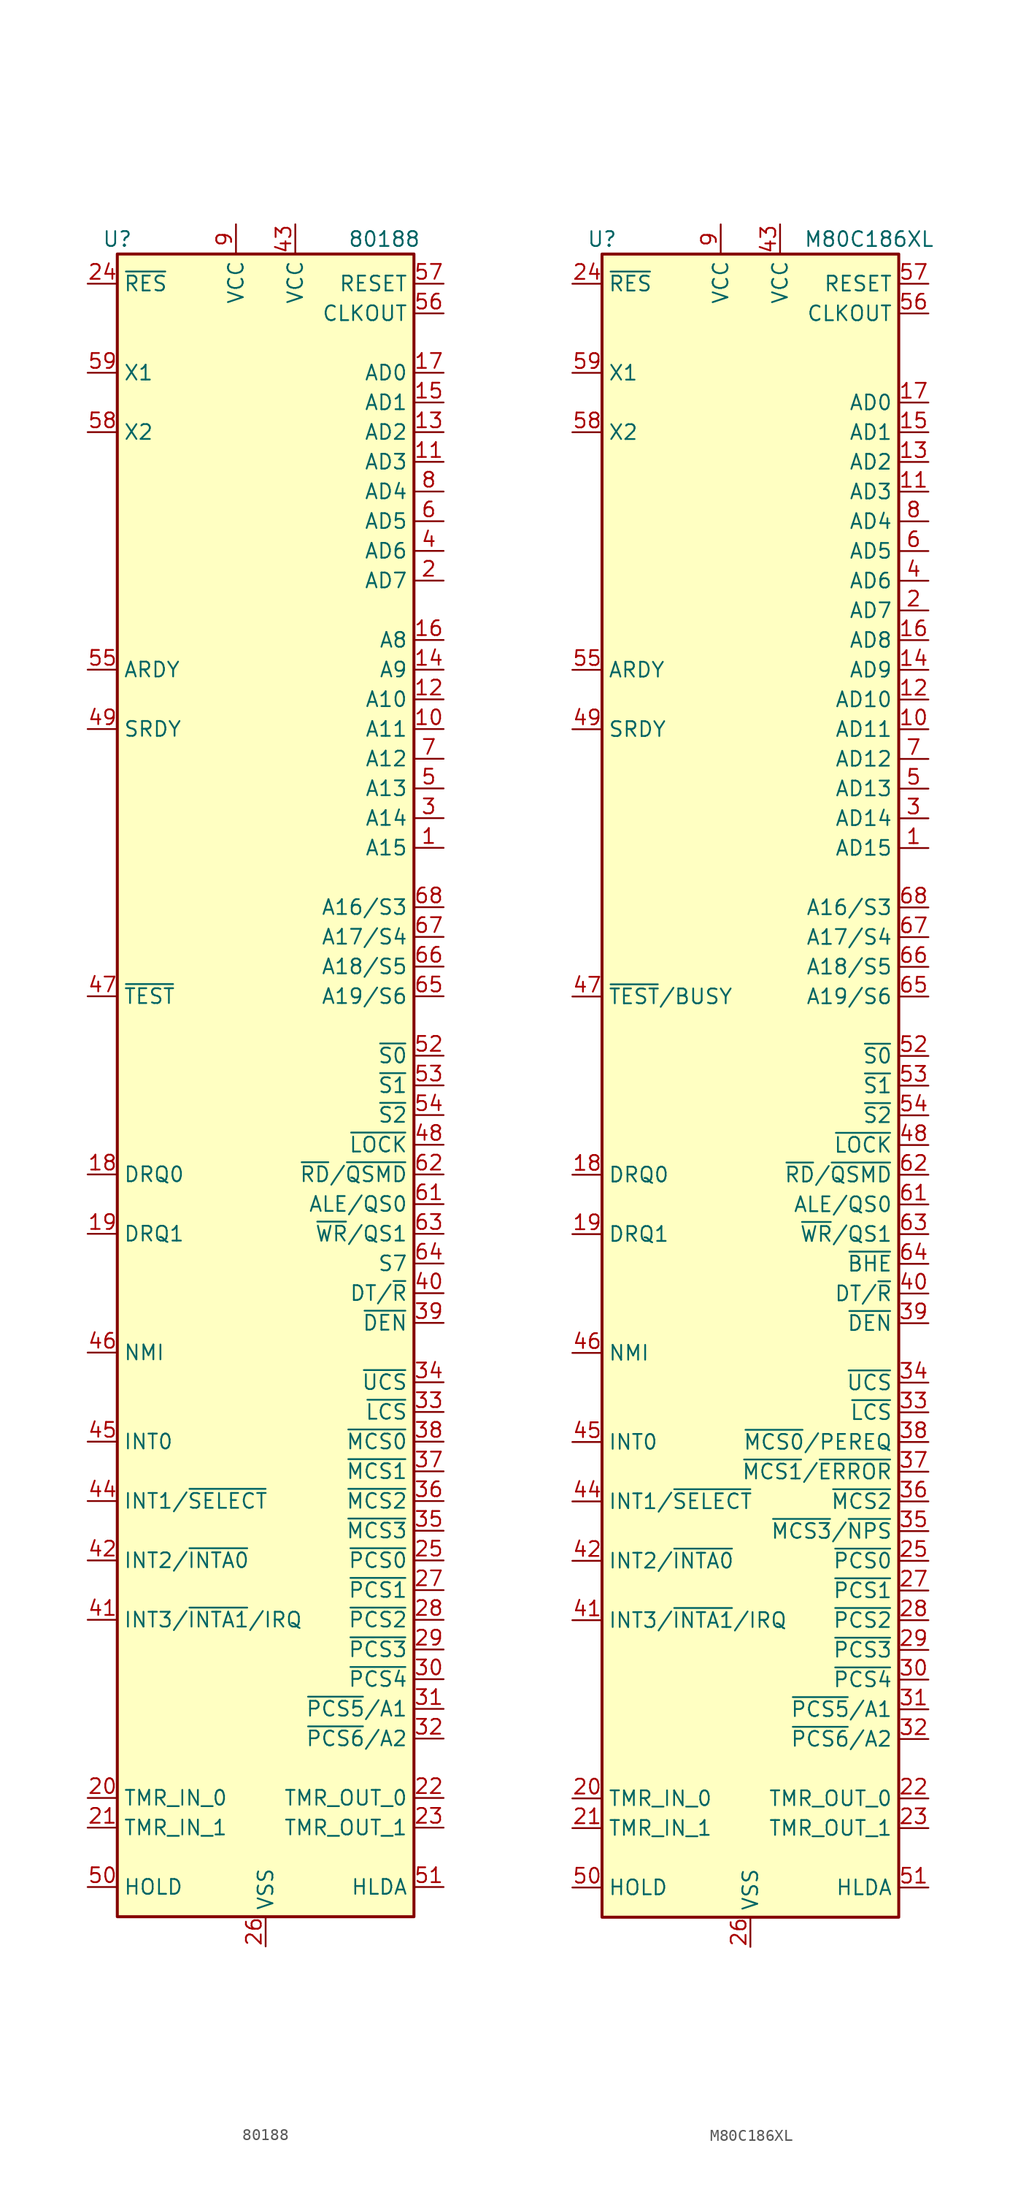
<source format=kicad_sym>
(kicad_symbol_lib
  (version 20201005)
  (generator kicad_symbol_editor)
  (symbol "MCU_Intel:80188"
    (property "Reference" "U"
      (at -12.7 72.39 0)
      (effects (font (size 1.27 1.27))))
    (property "Value" "80188"
      (at 10.16 72.39 0)
      (effects (font (size 1.27 1.27))))
    (symbol "80188_0_1"
      (rectangle (start 12.7 -71.12) (end -12.7 71.12) (stroke (width 0.254)) (fill (type background))))
    (symbol "80188_1_1"
      (pin output line (at 15.24 20.32 180) (length 2.54) (name "A15" (effects (font (size 1.27 1.27)))) (number "1" (effects (font (size 1.27 1.27)))))
      (pin output line (at 15.24 30.48 180) (length 2.54) (name "A11" (effects (font (size 1.27 1.27)))) (number "10" (effects (font (size 1.27 1.27)))))
      (pin bidirectional line (at 15.24 53.34 180) (length 2.54) (name "AD3" (effects (font (size 1.27 1.27)))) (number "11" (effects (font (size 1.27 1.27)))))
      (pin output line (at 15.24 33.02 180) (length 2.54) (name "A10" (effects (font (size 1.27 1.27)))) (number "12" (effects (font (size 1.27 1.27)))))
      (pin bidirectional line (at 15.24 55.88 180) (length 2.54) (name "AD2" (effects (font (size 1.27 1.27)))) (number "13" (effects (font (size 1.27 1.27)))))
      (pin output line (at 15.24 35.56 180) (length 2.54) (name "A9" (effects (font (size 1.27 1.27)))) (number "14" (effects (font (size 1.27 1.27)))))
      (pin bidirectional line (at 15.24 58.42 180) (length 2.54) (name "AD1" (effects (font (size 1.27 1.27)))) (number "15" (effects (font (size 1.27 1.27)))))
      (pin output line (at 15.24 38.1 180) (length 2.54) (name "A8" (effects (font (size 1.27 1.27)))) (number "16" (effects (font (size 1.27 1.27)))))
      (pin bidirectional line (at 15.24 60.96 180) (length 2.54) (name "AD0" (effects (font (size 1.27 1.27)))) (number "17" (effects (font (size 1.27 1.27)))))
      (pin input line (at -15.24 -7.62 0) (length 2.54) (name "DRQ0" (effects (font (size 1.27 1.27)))) (number "18" (effects (font (size 1.27 1.27)))))
      (pin input line (at -15.24 -12.7 0) (length 2.54) (name "DRQ1" (effects (font (size 1.27 1.27)))) (number "19" (effects (font (size 1.27 1.27)))))
      (pin bidirectional line (at 15.24 43.18 180) (length 2.54) (name "AD7" (effects (font (size 1.27 1.27)))) (number "2" (effects (font (size 1.27 1.27)))))
      (pin input line (at -15.24 -60.96 0) (length 2.54) (name "TMR_IN_0" (effects (font (size 1.27 1.27)))) (number "20" (effects (font (size 1.27 1.27)))))
      (pin input line (at -15.24 -63.5 0) (length 2.54) (name "TMR_IN_1" (effects (font (size 1.27 1.27)))) (number "21" (effects (font (size 1.27 1.27)))))
      (pin output line (at 15.24 -60.96 180) (length 2.54) (name "TMR_OUT_0" (effects (font (size 1.27 1.27)))) (number "22" (effects (font (size 1.27 1.27)))))
      (pin output line (at 15.24 -63.5 180) (length 2.54) (name "TMR_OUT_1" (effects (font (size 1.27 1.27)))) (number "23" (effects (font (size 1.27 1.27)))))
      (pin input line (at -15.24 68.58 0) (length 2.54) (name "~RES~" (effects (font (size 1.27 1.27)))) (number "24" (effects (font (size 1.27 1.27)))))
      (pin output line (at 15.24 -40.64 180) (length 2.54) (name "~PCS0~" (effects (font (size 1.27 1.27)))) (number "25" (effects (font (size 1.27 1.27)))))
      (pin power_in line (at 0 -73.66 90) (length 2.54) (name "VSS" (effects (font (size 1.27 1.27)))) (number "26" (effects (font (size 1.27 1.27)))))
      (pin output line (at 15.24 -43.18 180) (length 2.54) (name "~PCS1~" (effects (font (size 1.27 1.27)))) (number "27" (effects (font (size 1.27 1.27)))))
      (pin output line (at 15.24 -45.72 180) (length 2.54) (name "~PCS2~" (effects (font (size 1.27 1.27)))) (number "28" (effects (font (size 1.27 1.27)))))
      (pin output line (at 15.24 -48.26 180) (length 2.54) (name "~PCS3~" (effects (font (size 1.27 1.27)))) (number "29" (effects (font (size 1.27 1.27)))))
      (pin output line (at 15.24 22.86 180) (length 2.54) (name "A14" (effects (font (size 1.27 1.27)))) (number "3" (effects (font (size 1.27 1.27)))))
      (pin output line (at 15.24 -50.8 180) (length 2.54) (name "~PCS4~" (effects (font (size 1.27 1.27)))) (number "30" (effects (font (size 1.27 1.27)))))
      (pin output line (at 15.24 -53.34 180) (length 2.54) (name "~PCS5~/A1" (effects (font (size 1.27 1.27)))) (number "31" (effects (font (size 1.27 1.27)))))
      (pin output line (at 15.24 -55.88 180) (length 2.54) (name "~PCS6~/A2" (effects (font (size 1.27 1.27)))) (number "32" (effects (font (size 1.27 1.27)))))
      (pin output line (at 15.24 -27.94 180) (length 2.54) (name "~LCS~" (effects (font (size 1.27 1.27)))) (number "33" (effects (font (size 1.27 1.27)))))
      (pin output line (at 15.24 -25.4 180) (length 2.54) (name "~UCS~" (effects (font (size 1.27 1.27)))) (number "34" (effects (font (size 1.27 1.27)))))
      (pin output line (at 15.24 -38.1 180) (length 2.54) (name "~MCS3~" (effects (font (size 1.27 1.27)))) (number "35" (effects (font (size 1.27 1.27)))))
      (pin output line (at 15.24 -35.56 180) (length 2.54) (name "~MCS2~" (effects (font (size 1.27 1.27)))) (number "36" (effects (font (size 1.27 1.27)))))
      (pin output line (at 15.24 -33.02 180) (length 2.54) (name "~MCS1~" (effects (font (size 1.27 1.27)))) (number "37" (effects (font (size 1.27 1.27)))))
      (pin output line (at 15.24 -30.48 180) (length 2.54) (name "~MCS0~" (effects (font (size 1.27 1.27)))) (number "38" (effects (font (size 1.27 1.27)))))
      (pin output line (at 15.24 -20.32 180) (length 2.54) (name "~DEN~" (effects (font (size 1.27 1.27)))) (number "39" (effects (font (size 1.27 1.27)))))
      (pin bidirectional line (at 15.24 45.72 180) (length 2.54) (name "AD6" (effects (font (size 1.27 1.27)))) (number "4" (effects (font (size 1.27 1.27)))))
      (pin output line (at 15.24 -17.78 180) (length 2.54) (name "DT/~R~" (effects (font (size 1.27 1.27)))) (number "40" (effects (font (size 1.27 1.27)))))
      (pin bidirectional line (at -15.24 -45.72 0) (length 2.54) (name "INT3/~INTA1~/IRQ" (effects (font (size 1.27 1.27)))) (number "41" (effects (font (size 1.27 1.27)))))
      (pin bidirectional line (at -15.24 -40.64 0) (length 2.54) (name "INT2/~INTA0~" (effects (font (size 1.27 1.27)))) (number "42" (effects (font (size 1.27 1.27)))))
      (pin power_in line (at 2.54 73.66 270) (length 2.54) (name "VCC" (effects (font (size 1.27 1.27)))) (number "43" (effects (font (size 1.27 1.27)))))
      (pin input line (at -15.24 -35.56 0) (length 2.54) (name "INT1/~SELECT~" (effects (font (size 1.27 1.27)))) (number "44" (effects (font (size 1.27 1.27)))))
      (pin input line (at -15.24 -30.48 0) (length 2.54) (name "INT0" (effects (font (size 1.27 1.27)))) (number "45" (effects (font (size 1.27 1.27)))))
      (pin input line (at -15.24 -22.86 0) (length 2.54) (name "NMI" (effects (font (size 1.27 1.27)))) (number "46" (effects (font (size 1.27 1.27)))))
      (pin bidirectional line (at -15.24 7.62 0) (length 2.54) (name "~TEST~" (effects (font (size 1.27 1.27)))) (number "47" (effects (font (size 1.27 1.27)))))
      (pin output line (at 15.24 -5.08 180) (length 2.54) (name "~LOCK~" (effects (font (size 1.27 1.27)))) (number "48" (effects (font (size 1.27 1.27)))))
      (pin input line (at -15.24 30.48 0) (length 2.54) (name "SRDY" (effects (font (size 1.27 1.27)))) (number "49" (effects (font (size 1.27 1.27)))))
      (pin output line (at 15.24 25.4 180) (length 2.54) (name "A13" (effects (font (size 1.27 1.27)))) (number "5" (effects (font (size 1.27 1.27)))))
      (pin input line (at -15.24 -68.58 0) (length 2.54) (name "HOLD" (effects (font (size 1.27 1.27)))) (number "50" (effects (font (size 1.27 1.27)))))
      (pin output line (at 15.24 -68.58 180) (length 2.54) (name "HLDA" (effects (font (size 1.27 1.27)))) (number "51" (effects (font (size 1.27 1.27)))))
      (pin output line (at 15.24 2.54 180) (length 2.54) (name "~S0~" (effects (font (size 1.27 1.27)))) (number "52" (effects (font (size 1.27 1.27)))))
      (pin output line (at 15.24 0 180) (length 2.54) (name "~S1~" (effects (font (size 1.27 1.27)))) (number "53" (effects (font (size 1.27 1.27)))))
      (pin output line (at 15.24 -2.54 180) (length 2.54) (name "~S2~" (effects (font (size 1.27 1.27)))) (number "54" (effects (font (size 1.27 1.27)))))
      (pin input line (at -15.24 35.56 0) (length 2.54) (name "ARDY" (effects (font (size 1.27 1.27)))) (number "55" (effects (font (size 1.27 1.27)))))
      (pin output line (at 15.24 66.04 180) (length 2.54) (name "CLKOUT" (effects (font (size 1.27 1.27)))) (number "56" (effects (font (size 1.27 1.27)))))
      (pin output line (at 15.24 68.58 180) (length 2.54) (name "RESET" (effects (font (size 1.27 1.27)))) (number "57" (effects (font (size 1.27 1.27)))))
      (pin output line (at -15.24 55.88 0) (length 2.54) (name "X2" (effects (font (size 1.27 1.27)))) (number "58" (effects (font (size 1.27 1.27)))))
      (pin input line (at -15.24 60.96 0) (length 2.54) (name "X1" (effects (font (size 1.27 1.27)))) (number "59" (effects (font (size 1.27 1.27)))))
      (pin bidirectional line (at 15.24 48.26 180) (length 2.54) (name "AD5" (effects (font (size 1.27 1.27)))) (number "6" (effects (font (size 1.27 1.27)))))
      (pin passive line (at 0 -73.66 90) (length 2.54) hide (name "VSS" (effects (font (size 1.27 1.27)))) (number "60" (effects (font (size 1.27 1.27)))))
      (pin output line (at 15.24 -10.16 180) (length 2.54) (name "ALE/QS0" (effects (font (size 1.27 1.27)))) (number "61" (effects (font (size 1.27 1.27)))))
      (pin bidirectional line (at 15.24 -7.62 180) (length 2.54) (name "~RD~/~QSMD~" (effects (font (size 1.27 1.27)))) (number "62" (effects (font (size 1.27 1.27)))))
      (pin output line (at 15.24 -12.7 180) (length 2.54) (name "~WR~/QS1" (effects (font (size 1.27 1.27)))) (number "63" (effects (font (size 1.27 1.27)))))
      (pin output line (at 15.24 -15.24 180) (length 2.54) (name "S7" (effects (font (size 1.27 1.27)))) (number "64" (effects (font (size 1.27 1.27)))))
      (pin output line (at 15.24 7.62 180) (length 2.54) (name "A19/S6" (effects (font (size 1.27 1.27)))) (number "65" (effects (font (size 1.27 1.27)))))
      (pin output line (at 15.24 10.16 180) (length 2.54) (name "A18/S5" (effects (font (size 1.27 1.27)))) (number "66" (effects (font (size 1.27 1.27)))))
      (pin output line (at 15.24 12.7 180) (length 2.54) (name "A17/S4" (effects (font (size 1.27 1.27)))) (number "67" (effects (font (size 1.27 1.27)))))
      (pin output line (at 15.24 15.24 180) (length 2.54) (name "A16/S3" (effects (font (size 1.27 1.27)))) (number "68" (effects (font (size 1.27 1.27)))))
      (pin output line (at 15.24 27.94 180) (length 2.54) (name "A12" (effects (font (size 1.27 1.27)))) (number "7" (effects (font (size 1.27 1.27)))))
      (pin bidirectional line (at 15.24 50.8 180) (length 2.54) (name "AD4" (effects (font (size 1.27 1.27)))) (number "8" (effects (font (size 1.27 1.27)))))
      (pin power_in line (at -2.54 73.66 270) (length 2.54) (name "VCC" (effects (font (size 1.27 1.27)))) (number "9" (effects (font (size 1.27 1.27)))))))
  (symbol "MCU_Intel:M80C186XL"
    (property "Reference" "U"
      (at -12.7 72.39 0)
      (effects (font (size 1.27 1.27))))
    (property "Value" "M80C186XL"
      (at 10.16 72.39 0)
      (effects (font (size 1.27 1.27))))
    (symbol "M80C186XL_0_1"
      (rectangle (start 12.7 -71.12) (end -12.7 71.12) (stroke (width 0.254)) (fill (type background))))
    (symbol "M80C186XL_1_1"
      (pin bidirectional line (at 15.24 20.32 180) (length 2.54) (name "AD15" (effects (font (size 1.27 1.27)))) (number "1" (effects (font (size 1.27 1.27)))))
      (pin bidirectional line (at 15.24 30.48 180) (length 2.54) (name "AD11" (effects (font (size 1.27 1.27)))) (number "10" (effects (font (size 1.27 1.27)))))
      (pin bidirectional line (at 15.24 50.8 180) (length 2.54) (name "AD3" (effects (font (size 1.27 1.27)))) (number "11" (effects (font (size 1.27 1.27)))))
      (pin bidirectional line (at 15.24 33.02 180) (length 2.54) (name "AD10" (effects (font (size 1.27 1.27)))) (number "12" (effects (font (size 1.27 1.27)))))
      (pin bidirectional line (at 15.24 53.34 180) (length 2.54) (name "AD2" (effects (font (size 1.27 1.27)))) (number "13" (effects (font (size 1.27 1.27)))))
      (pin bidirectional line (at 15.24 35.56 180) (length 2.54) (name "AD9" (effects (font (size 1.27 1.27)))) (number "14" (effects (font (size 1.27 1.27)))))
      (pin bidirectional line (at 15.24 55.88 180) (length 2.54) (name "AD1" (effects (font (size 1.27 1.27)))) (number "15" (effects (font (size 1.27 1.27)))))
      (pin bidirectional line (at 15.24 38.1 180) (length 2.54) (name "AD8" (effects (font (size 1.27 1.27)))) (number "16" (effects (font (size 1.27 1.27)))))
      (pin bidirectional line (at 15.24 58.42 180) (length 2.54) (name "AD0" (effects (font (size 1.27 1.27)))) (number "17" (effects (font (size 1.27 1.27)))))
      (pin input line (at -15.24 -7.62 0) (length 2.54) (name "DRQ0" (effects (font (size 1.27 1.27)))) (number "18" (effects (font (size 1.27 1.27)))))
      (pin input line (at -15.24 -12.7 0) (length 2.54) (name "DRQ1" (effects (font (size 1.27 1.27)))) (number "19" (effects (font (size 1.27 1.27)))))
      (pin bidirectional line (at 15.24 40.64 180) (length 2.54) (name "AD7" (effects (font (size 1.27 1.27)))) (number "2" (effects (font (size 1.27 1.27)))))
      (pin input line (at -15.24 -60.96 0) (length 2.54) (name "TMR_IN_0" (effects (font (size 1.27 1.27)))) (number "20" (effects (font (size 1.27 1.27)))))
      (pin input line (at -15.24 -63.5 0) (length 2.54) (name "TMR_IN_1" (effects (font (size 1.27 1.27)))) (number "21" (effects (font (size 1.27 1.27)))))
      (pin output line (at 15.24 -60.96 180) (length 2.54) (name "TMR_OUT_0" (effects (font (size 1.27 1.27)))) (number "22" (effects (font (size 1.27 1.27)))))
      (pin output line (at 15.24 -63.5 180) (length 2.54) (name "TMR_OUT_1" (effects (font (size 1.27 1.27)))) (number "23" (effects (font (size 1.27 1.27)))))
      (pin input line (at -15.24 68.58 0) (length 2.54) (name "~RES~" (effects (font (size 1.27 1.27)))) (number "24" (effects (font (size 1.27 1.27)))))
      (pin output line (at 15.24 -40.64 180) (length 2.54) (name "~PCS0~" (effects (font (size 1.27 1.27)))) (number "25" (effects (font (size 1.27 1.27)))))
      (pin power_in line (at 0 -73.66 90) (length 2.54) (name "VSS" (effects (font (size 1.27 1.27)))) (number "26" (effects (font (size 1.27 1.27)))))
      (pin output line (at 15.24 -43.18 180) (length 2.54) (name "~PCS1~" (effects (font (size 1.27 1.27)))) (number "27" (effects (font (size 1.27 1.27)))))
      (pin output line (at 15.24 -45.72 180) (length 2.54) (name "~PCS2~" (effects (font (size 1.27 1.27)))) (number "28" (effects (font (size 1.27 1.27)))))
      (pin output line (at 15.24 -48.26 180) (length 2.54) (name "~PCS3~" (effects (font (size 1.27 1.27)))) (number "29" (effects (font (size 1.27 1.27)))))
      (pin bidirectional line (at 15.24 22.86 180) (length 2.54) (name "AD14" (effects (font (size 1.27 1.27)))) (number "3" (effects (font (size 1.27 1.27)))))
      (pin output line (at 15.24 -50.8 180) (length 2.54) (name "~PCS4~" (effects (font (size 1.27 1.27)))) (number "30" (effects (font (size 1.27 1.27)))))
      (pin output line (at 15.24 -53.34 180) (length 2.54) (name "~PCS5~/A1" (effects (font (size 1.27 1.27)))) (number "31" (effects (font (size 1.27 1.27)))))
      (pin output line (at 15.24 -55.88 180) (length 2.54) (name "~PCS6~/A2" (effects (font (size 1.27 1.27)))) (number "32" (effects (font (size 1.27 1.27)))))
      (pin bidirectional line (at 15.24 -27.94 180) (length 2.54) (name "~LCS~" (effects (font (size 1.27 1.27)))) (number "33" (effects (font (size 1.27 1.27)))))
      (pin bidirectional line (at 15.24 -25.4 180) (length 2.54) (name "~UCS~" (effects (font (size 1.27 1.27)))) (number "34" (effects (font (size 1.27 1.27)))))
      (pin output line (at 15.24 -38.1 180) (length 2.54) (name "~MCS3~/~NPS~" (effects (font (size 1.27 1.27)))) (number "35" (effects (font (size 1.27 1.27)))))
      (pin output line (at 15.24 -35.56 180) (length 2.54) (name "~MCS2~" (effects (font (size 1.27 1.27)))) (number "36" (effects (font (size 1.27 1.27)))))
      (pin bidirectional line (at 15.24 -33.02 180) (length 2.54) (name "~MCS1~/~ERROR~" (effects (font (size 1.27 1.27)))) (number "37" (effects (font (size 1.27 1.27)))))
      (pin bidirectional line (at 15.24 -30.48 180) (length 2.54) (name "~MCS0~/PEREQ" (effects (font (size 1.27 1.27)))) (number "38" (effects (font (size 1.27 1.27)))))
      (pin output line (at 15.24 -20.32 180) (length 2.54) (name "~DEN~" (effects (font (size 1.27 1.27)))) (number "39" (effects (font (size 1.27 1.27)))))
      (pin bidirectional line (at 15.24 43.18 180) (length 2.54) (name "AD6" (effects (font (size 1.27 1.27)))) (number "4" (effects (font (size 1.27 1.27)))))
      (pin output line (at 15.24 -17.78 180) (length 2.54) (name "DT/~R~" (effects (font (size 1.27 1.27)))) (number "40" (effects (font (size 1.27 1.27)))))
      (pin bidirectional line (at -15.24 -45.72 0) (length 2.54) (name "INT3/~INTA1~/IRQ" (effects (font (size 1.27 1.27)))) (number "41" (effects (font (size 1.27 1.27)))))
      (pin bidirectional line (at -15.24 -40.64 0) (length 2.54) (name "INT2/~INTA0~" (effects (font (size 1.27 1.27)))) (number "42" (effects (font (size 1.27 1.27)))))
      (pin power_in line (at 2.54 73.66 270) (length 2.54) (name "VCC" (effects (font (size 1.27 1.27)))) (number "43" (effects (font (size 1.27 1.27)))))
      (pin input line (at -15.24 -35.56 0) (length 2.54) (name "INT1/~SELECT~" (effects (font (size 1.27 1.27)))) (number "44" (effects (font (size 1.27 1.27)))))
      (pin input line (at -15.24 -30.48 0) (length 2.54) (name "INT0" (effects (font (size 1.27 1.27)))) (number "45" (effects (font (size 1.27 1.27)))))
      (pin input line (at -15.24 -22.86 0) (length 2.54) (name "NMI" (effects (font (size 1.27 1.27)))) (number "46" (effects (font (size 1.27 1.27)))))
      (pin bidirectional line (at -15.24 7.62 0) (length 2.54) (name "~TEST~/BUSY" (effects (font (size 1.27 1.27)))) (number "47" (effects (font (size 1.27 1.27)))))
      (pin output line (at 15.24 -5.08 180) (length 2.54) (name "~LOCK~" (effects (font (size 1.27 1.27)))) (number "48" (effects (font (size 1.27 1.27)))))
      (pin input line (at -15.24 30.48 0) (length 2.54) (name "SRDY" (effects (font (size 1.27 1.27)))) (number "49" (effects (font (size 1.27 1.27)))))
      (pin bidirectional line (at 15.24 25.4 180) (length 2.54) (name "AD13" (effects (font (size 1.27 1.27)))) (number "5" (effects (font (size 1.27 1.27)))))
      (pin input line (at -15.24 -68.58 0) (length 2.54) (name "HOLD" (effects (font (size 1.27 1.27)))) (number "50" (effects (font (size 1.27 1.27)))))
      (pin output line (at 15.24 -68.58 180) (length 2.54) (name "HLDA" (effects (font (size 1.27 1.27)))) (number "51" (effects (font (size 1.27 1.27)))))
      (pin output line (at 15.24 2.54 180) (length 2.54) (name "~S0~" (effects (font (size 1.27 1.27)))) (number "52" (effects (font (size 1.27 1.27)))))
      (pin output line (at 15.24 0 180) (length 2.54) (name "~S1~" (effects (font (size 1.27 1.27)))) (number "53" (effects (font (size 1.27 1.27)))))
      (pin output line (at 15.24 -2.54 180) (length 2.54) (name "~S2~" (effects (font (size 1.27 1.27)))) (number "54" (effects (font (size 1.27 1.27)))))
      (pin input line (at -15.24 35.56 0) (length 2.54) (name "ARDY" (effects (font (size 1.27 1.27)))) (number "55" (effects (font (size 1.27 1.27)))))
      (pin output line (at 15.24 66.04 180) (length 2.54) (name "CLKOUT" (effects (font (size 1.27 1.27)))) (number "56" (effects (font (size 1.27 1.27)))))
      (pin output line (at 15.24 68.58 180) (length 2.54) (name "RESET" (effects (font (size 1.27 1.27)))) (number "57" (effects (font (size 1.27 1.27)))))
      (pin output line (at -15.24 55.88 0) (length 2.54) (name "X2" (effects (font (size 1.27 1.27)))) (number "58" (effects (font (size 1.27 1.27)))))
      (pin input line (at -15.24 60.96 0) (length 2.54) (name "X1" (effects (font (size 1.27 1.27)))) (number "59" (effects (font (size 1.27 1.27)))))
      (pin bidirectional line (at 15.24 45.72 180) (length 2.54) (name "AD5" (effects (font (size 1.27 1.27)))) (number "6" (effects (font (size 1.27 1.27)))))
      (pin passive line (at 0 -73.66 90) (length 2.54) hide (name "VSS" (effects (font (size 1.27 1.27)))) (number "60" (effects (font (size 1.27 1.27)))))
      (pin output line (at 15.24 -10.16 180) (length 2.54) (name "ALE/QS0" (effects (font (size 1.27 1.27)))) (number "61" (effects (font (size 1.27 1.27)))))
      (pin bidirectional line (at 15.24 -7.62 180) (length 2.54) (name "~RD~/~QSMD~" (effects (font (size 1.27 1.27)))) (number "62" (effects (font (size 1.27 1.27)))))
      (pin output line (at 15.24 -12.7 180) (length 2.54) (name "~WR~/QS1" (effects (font (size 1.27 1.27)))) (number "63" (effects (font (size 1.27 1.27)))))
      (pin output line (at 15.24 -15.24 180) (length 2.54) (name "~BHE~" (effects (font (size 1.27 1.27)))) (number "64" (effects (font (size 1.27 1.27)))))
      (pin output line (at 15.24 7.62 180) (length 2.54) (name "A19/S6" (effects (font (size 1.27 1.27)))) (number "65" (effects (font (size 1.27 1.27)))))
      (pin output line (at 15.24 10.16 180) (length 2.54) (name "A18/S5" (effects (font (size 1.27 1.27)))) (number "66" (effects (font (size 1.27 1.27)))))
      (pin output line (at 15.24 12.7 180) (length 2.54) (name "A17/S4" (effects (font (size 1.27 1.27)))) (number "67" (effects (font (size 1.27 1.27)))))
      (pin output line (at 15.24 15.24 180) (length 2.54) (name "A16/S3" (effects (font (size 1.27 1.27)))) (number "68" (effects (font (size 1.27 1.27)))))
      (pin bidirectional line (at 15.24 27.94 180) (length 2.54) (name "AD12" (effects (font (size 1.27 1.27)))) (number "7" (effects (font (size 1.27 1.27)))))
      (pin bidirectional line (at 15.24 48.26 180) (length 2.54) (name "AD4" (effects (font (size 1.27 1.27)))) (number "8" (effects (font (size 1.27 1.27)))))
      (pin power_in line (at -2.54 73.66 270) (length 2.54) (name "VCC" (effects (font (size 1.27 1.27)))) (number "9" (effects (font (size 1.27 1.27))))))))
</source>
